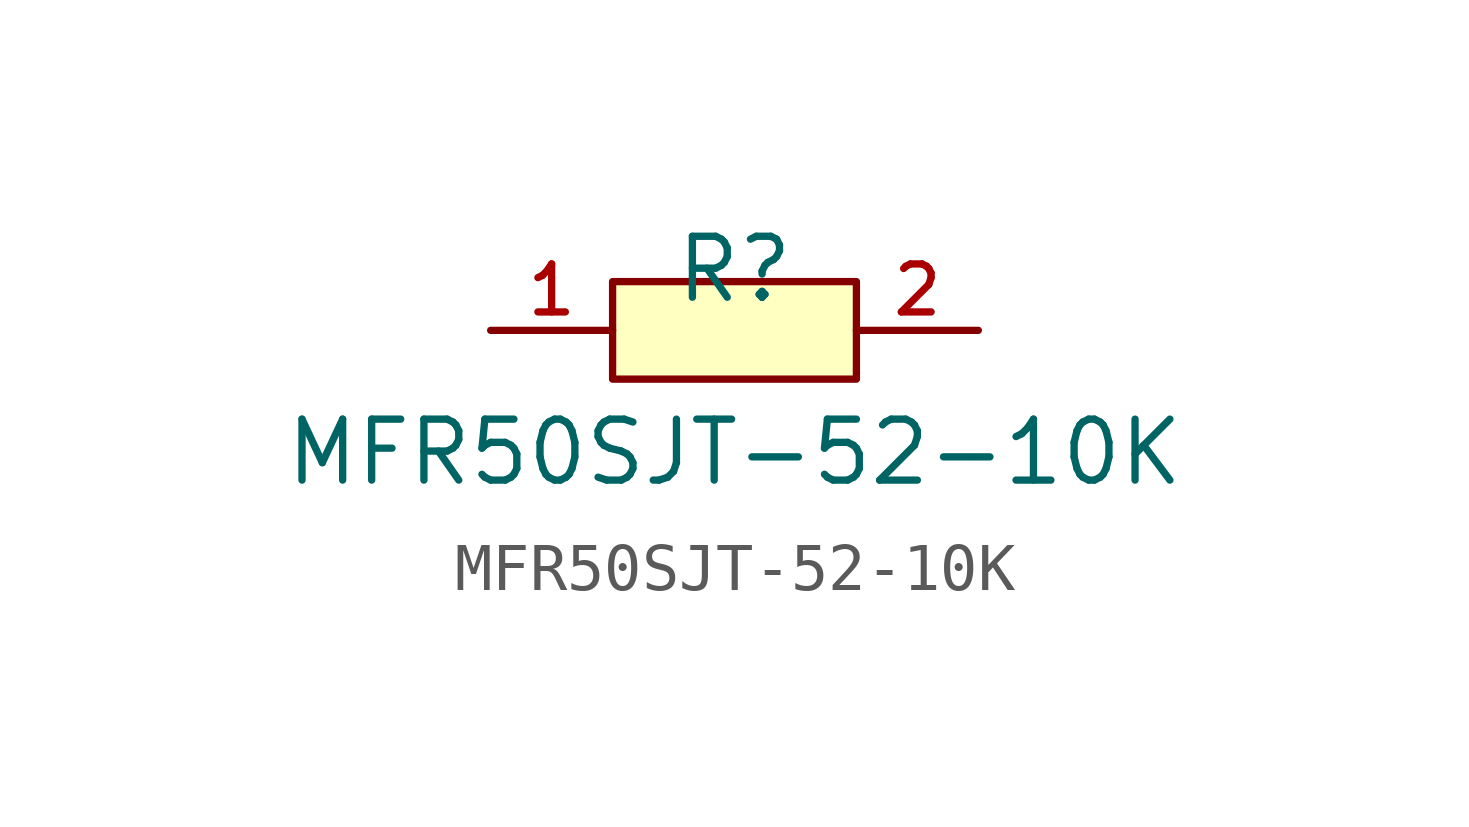
<source format=kicad_sym>
(kicad_symbol_lib
  (version 20210201)
  (generator TousstNicolas/JLC2KiCad_lib)
  (symbol "MFR50SJT-52-10K"
    (pin_names hide)
    (property "Reference" "R"
      (at 0 1.27 0)
      (effects (font (size 1.27 1.27))))
    (property "Value" "MFR50SJT-52-10K"
      (at 0 -2.54 0)
      (effects (font (size 1.27 1.27))))
    (symbol "MFR50SJT-52-10K_0_1"
      (rectangle (start -2.54 1.016) (end 2.54 -1.016) (stroke (width 0) (type default) (color 0 0 0 0)) (fill (type background)))
      (pin unspecified line (at 5.08 -0.0 180) (length 2.54) (name "2" (effects (font (size 1 1)))) (number "2" (effects (font (size 1 1)))))
      (pin unspecified line (at -5.08 -0.0 0) (length 2.54) (name "1" (effects (font (size 1 1)))) (number "1" (effects (font (size 1 1))))))))
</source>
